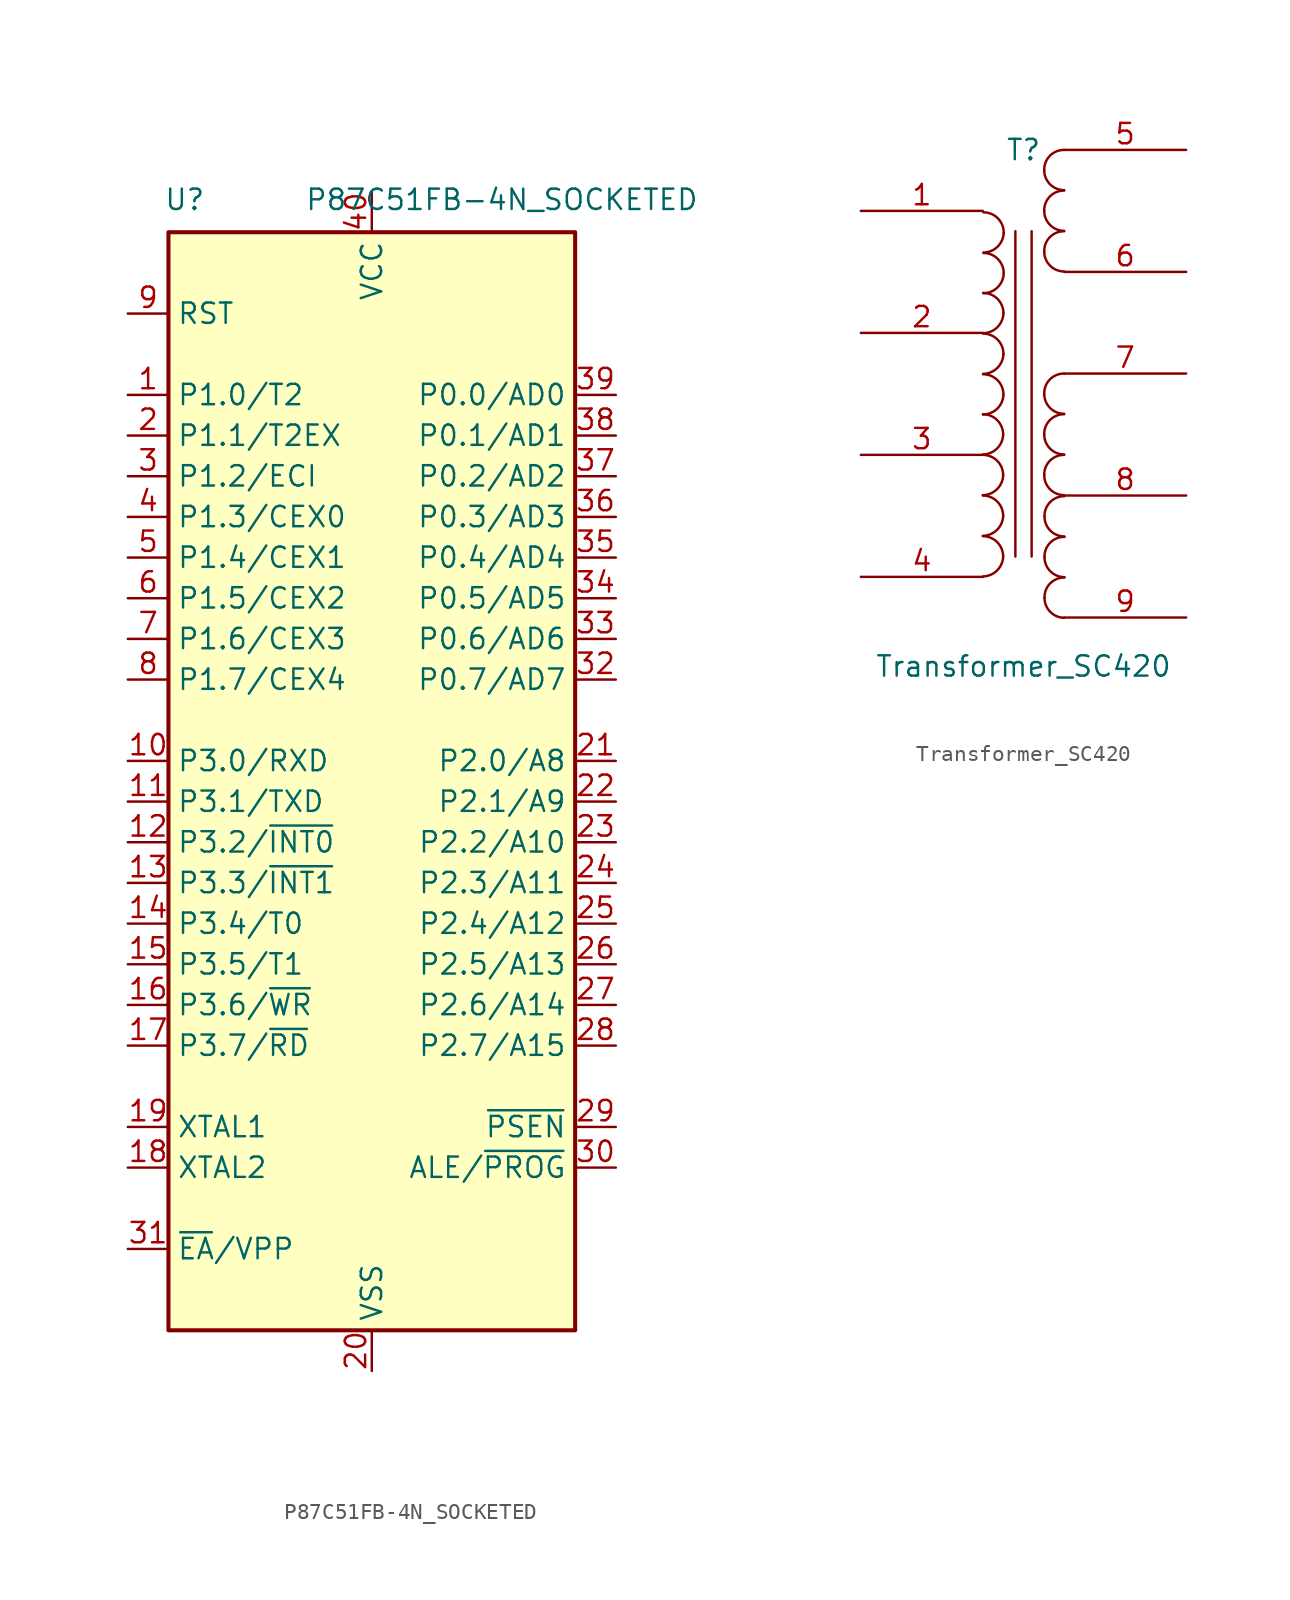
<source format=kicad_sym>
(kicad_symbol_lib
  (version 20241209)
  (generator "kicad_symbol_editor")
  (generator_version "9.0")
  (symbol "P87C51FB-4N_SOCKETED"
    (property "Reference" "U"
      (at -11.684 35.052 0)
      (effects (font (size 1.27 1.27))))
    (property "Value" "P87C51FB-4N_SOCKETED"
      (at 8.128 35.052 0)
      (effects (font (size 1.27 1.27))))
    (symbol "P87C51FB-4N_SOCKETED_1_0"
      (pin bidirectional line (at -15.24 17.78 0) (length 2.54) (name "P1.2/ECI" (effects (font (size 1.27 1.27)))) (number "3" (effects (font (size 1.27 1.27))))))
    (symbol "P87C51FB-4N_SOCKETED_1_1"
      (polyline (pts (xy -12.7 33.02) (xy 12.7 33.02) (xy 12.7 -35.56) (xy -12.7 -35.56) (xy -12.7 33.02)) (stroke (width 0.254) (type default)) (fill (type background)))
      (pin input line (at -15.24 27.94 0) (length 2.54) (name "RST" (effects (font (size 1.27 1.27)))) (number "9" (effects (font (size 1.27 1.27)))))
      (pin bidirectional line (at -15.24 22.86 0) (length 2.54) (name "P1.0/T2" (effects (font (size 1.27 1.27)))) (number "1" (effects (font (size 1.27 1.27)))))
      (pin bidirectional line (at -15.24 20.32 0) (length 2.54) (name "P1.1/T2EX" (effects (font (size 1.27 1.27)))) (number "2" (effects (font (size 1.27 1.27)))))
      (pin bidirectional line (at -15.24 15.24 0) (length 2.54) (name "P1.3/CEX0" (effects (font (size 1.27 1.27)))) (number "4" (effects (font (size 1.27 1.27)))))
      (pin bidirectional line (at -15.24 12.7 0) (length 2.54) (name "P1.4/CEX1" (effects (font (size 1.27 1.27)))) (number "5" (effects (font (size 1.27 1.27)))))
      (pin bidirectional line (at -15.24 10.16 0) (length 2.54) (name "P1.5/CEX2" (effects (font (size 1.27 1.27)))) (number "6" (effects (font (size 1.27 1.27)))) (alternate "MOSI" output line))
      (pin bidirectional line (at -15.24 7.62 0) (length 2.54) (name "P1.6/CEX3" (effects (font (size 1.27 1.27)))) (number "7" (effects (font (size 1.27 1.27)))) (alternate "MISO" input line))
      (pin bidirectional line (at -15.24 5.08 0) (length 2.54) (name "P1.7/CEX4" (effects (font (size 1.27 1.27)))) (number "8" (effects (font (size 1.27 1.27)))))
      (pin bidirectional line (at -15.24 0 0) (length 2.54) (name "P3.0/RXD" (effects (font (size 1.27 1.27)))) (number "10" (effects (font (size 1.27 1.27)))) (alternate "RXD" input line))
      (pin bidirectional line (at -15.24 -2.54 0) (length 2.54) (name "P3.1/TXD" (effects (font (size 1.27 1.27)))) (number "11" (effects (font (size 1.27 1.27)))) (alternate "TXD" output line))
      (pin bidirectional line (at -15.24 -5.08 0) (length 2.54) (name "P3.2/~{INT0}" (effects (font (size 1.27 1.27)))) (number "12" (effects (font (size 1.27 1.27)))) (alternate "~{INT0}" input line))
      (pin bidirectional line (at -15.24 -7.62 0) (length 2.54) (name "P3.3/~{INT1}" (effects (font (size 1.27 1.27)))) (number "13" (effects (font (size 1.27 1.27)))) (alternate "~{INT1}" input line))
      (pin bidirectional line (at -15.24 -10.16 0) (length 2.54) (name "P3.4/T0" (effects (font (size 1.27 1.27)))) (number "14" (effects (font (size 1.27 1.27)))) (alternate "T0" input line))
      (pin bidirectional line (at -15.24 -12.7 0) (length 2.54) (name "P3.5/T1" (effects (font (size 1.27 1.27)))) (number "15" (effects (font (size 1.27 1.27)))) (alternate "T1" input line))
      (pin bidirectional line (at -15.24 -15.24 0) (length 2.54) (name "P3.6/~{WR}" (effects (font (size 1.27 1.27)))) (number "16" (effects (font (size 1.27 1.27)))) (alternate "~{WR}" output line))
      (pin bidirectional line (at -15.24 -17.78 0) (length 2.54) (name "P3.7/~{RD}" (effects (font (size 1.27 1.27)))) (number "17" (effects (font (size 1.27 1.27)))) (alternate "~{RD}" input line))
      (pin input line (at -15.24 -22.86 0) (length 2.54) (name "XTAL1" (effects (font (size 1.27 1.27)))) (number "19" (effects (font (size 1.27 1.27)))))
      (pin output line (at -15.24 -25.4 0) (length 2.54) (name "XTAL2" (effects (font (size 1.27 1.27)))) (number "18" (effects (font (size 1.27 1.27)))))
      (pin input line (at -15.24 -30.48 0) (length 2.54) (name "~{EA}/VPP" (effects (font (size 1.27 1.27)))) (number "31" (effects (font (size 1.27 1.27)))))
      (pin power_in line (at 0 35.56 270) (length 2.54) (name "VCC" (effects (font (size 1.27 1.27)))) (number "40" (effects (font (size 1.27 1.27)))))
      (pin power_in line (at 0 -38.1 90) (length 2.54) (name "VSS" (effects (font (size 1.27 1.27)))) (number "20" (effects (font (size 1.27 1.27)))))
      (pin bidirectional line (at 15.24 22.86 180) (length 2.54) (name "P0.0/AD0" (effects (font (size 1.27 1.27)))) (number "39" (effects (font (size 1.27 1.27)))))
      (pin bidirectional line (at 15.24 20.32 180) (length 2.54) (name "P0.1/AD1" (effects (font (size 1.27 1.27)))) (number "38" (effects (font (size 1.27 1.27)))))
      (pin bidirectional line (at 15.24 17.78 180) (length 2.54) (name "P0.2/AD2" (effects (font (size 1.27 1.27)))) (number "37" (effects (font (size 1.27 1.27)))))
      (pin bidirectional line (at 15.24 15.24 180) (length 2.54) (name "P0.3/AD3" (effects (font (size 1.27 1.27)))) (number "36" (effects (font (size 1.27 1.27)))))
      (pin bidirectional line (at 15.24 12.7 180) (length 2.54) (name "P0.4/AD4" (effects (font (size 1.27 1.27)))) (number "35" (effects (font (size 1.27 1.27)))))
      (pin bidirectional line (at 15.24 10.16 180) (length 2.54) (name "P0.5/AD5" (effects (font (size 1.27 1.27)))) (number "34" (effects (font (size 1.27 1.27)))))
      (pin bidirectional line (at 15.24 7.62 180) (length 2.54) (name "P0.6/AD6" (effects (font (size 1.27 1.27)))) (number "33" (effects (font (size 1.27 1.27)))))
      (pin bidirectional line (at 15.24 5.08 180) (length 2.54) (name "P0.7/AD7" (effects (font (size 1.27 1.27)))) (number "32" (effects (font (size 1.27 1.27)))))
      (pin bidirectional line (at 15.24 0 180) (length 2.54) (name "P2.0/A8" (effects (font (size 1.27 1.27)))) (number "21" (effects (font (size 1.27 1.27)))))
      (pin bidirectional line (at 15.24 -2.54 180) (length 2.54) (name "P2.1/A9" (effects (font (size 1.27 1.27)))) (number "22" (effects (font (size 1.27 1.27)))))
      (pin bidirectional line (at 15.24 -5.08 180) (length 2.54) (name "P2.2/A10" (effects (font (size 1.27 1.27)))) (number "23" (effects (font (size 1.27 1.27)))))
      (pin bidirectional line (at 15.24 -7.62 180) (length 2.54) (name "P2.3/A11" (effects (font (size 1.27 1.27)))) (number "24" (effects (font (size 1.27 1.27)))))
      (pin bidirectional line (at 15.24 -10.16 180) (length 2.54) (name "P2.4/A12" (effects (font (size 1.27 1.27)))) (number "25" (effects (font (size 1.27 1.27)))))
      (pin bidirectional line (at 15.24 -12.7 180) (length 2.54) (name "P2.5/A13" (effects (font (size 1.27 1.27)))) (number "26" (effects (font (size 1.27 1.27)))))
      (pin bidirectional line (at 15.24 -15.24 180) (length 2.54) (name "P2.6/A14" (effects (font (size 1.27 1.27)))) (number "27" (effects (font (size 1.27 1.27)))))
      (pin bidirectional line (at 15.24 -17.78 180) (length 2.54) (name "P2.7/A15" (effects (font (size 1.27 1.27)))) (number "28" (effects (font (size 1.27 1.27)))))
      (pin output line (at 15.24 -22.86 180) (length 2.54) (name "~{PSEN}" (effects (font (size 1.27 1.27)))) (number "29" (effects (font (size 1.27 1.27)))))
      (pin output line (at 15.24 -25.4 180) (length 2.54) (name "ALE/~{PROG}" (effects (font (size 1.27 1.27)))) (number "30" (effects (font (size 1.27 1.27)))) (alternate "~{PROG}" input line))))
  (symbol "Transformer_SC420"
    (pin_names
      (offset 1.016)
      (hide yes))
    (property "Reference" "T"
      (at 0 12.7 0)
      (effects (font (size 1.27 1.27))))
    (property "Value" "Transformer_SC420"
      (at 0 -19.558 0)
      (effects (font (size 1.27 1.27))))
    (symbol "Transformer_SC420_0_1"
      (arc (start -1.27 -5.08) (mid -1.656 -5.9564) (end -2.54 -6.3246) (stroke (width 0) (type default)) (fill (type none)))
      (arc (start -1.27 -7.62) (mid -1.656 -8.4964) (end -2.54 -8.8646) (stroke (width 0) (type default)) (fill (type none)))
      (arc (start -1.27 -10.16) (mid -1.656 -11.0364) (end -2.54 -11.4046) (stroke (width 0) (type default)) (fill (type none)))
      (arc (start -1.27 -12.7) (mid -1.656 -13.5764) (end -2.54 -13.9446) (stroke (width 0) (type default)) (fill (type none)))
      (arc (start -2.54 -3.81) (mid -1.642 -4.182) (end -1.27 -5.08) (stroke (width 0) (type default)) (fill (type none)))
      (arc (start -2.54 -6.35) (mid -1.642 -6.722) (end -1.27 -7.62) (stroke (width 0) (type default)) (fill (type none)))
      (arc (start -2.54 -8.89) (mid -1.642 -9.262) (end -1.27 -10.16) (stroke (width 0) (type default)) (fill (type none)))
      (arc (start -2.54 -11.43) (mid -1.642 -11.802) (end -1.27 -12.7) (stroke (width 0) (type default)) (fill (type none)))
      (arc (start -1.2519 2.4959) (mid -1.6379 1.6195) (end -2.5219 1.2513) (stroke (width 0) (type default)) (fill (type none)))
      (arc (start -1.2519 -0.0441) (mid -1.6379 -0.9205) (end -2.5219 -1.2887) (stroke (width 0) (type default)) (fill (type none)))
      (arc (start -1.2519 -2.5841) (mid -1.6379 -3.4605) (end -2.5219 -3.8287) (stroke (width 0) (type default)) (fill (type none)))
      (arc (start -2.5219 3.7659) (mid -1.6239 3.3939) (end -1.2519 2.4959) (stroke (width 0) (type default)) (fill (type none)))
      (arc (start -2.5219 1.2259) (mid -1.6239 0.8539) (end -1.2519 -0.0441) (stroke (width 0) (type default)) (fill (type none)))
      (arc (start -2.5219 -1.3141) (mid -1.6239 -1.6861) (end -1.2519 -2.5841) (stroke (width 0) (type default)) (fill (type none)))
      (arc (start -1.2338 7.5318) (mid -1.6198 6.6554) (end -2.5038 6.2872) (stroke (width 0) (type default)) (fill (type none)))
      (arc (start -1.2338 4.9918) (mid -1.6198 4.1154) (end -2.5038 3.7472) (stroke (width 0) (type default)) (fill (type none)))
      (arc (start -2.5038 8.8018) (mid -1.6058 8.4298) (end -1.2338 7.5318) (stroke (width 0) (type default)) (fill (type none)))
      (arc (start -2.5038 6.2618) (mid -1.6058 5.8898) (end -1.2338 4.9918) (stroke (width 0) (type default)) (fill (type none)))
      (polyline (pts (xy -0.508 -12.7) (xy -0.508 7.62)) (stroke (width 0) (type default)) (fill (type none)))
      (polyline (pts (xy 0.508 7.62) (xy 0.508 -12.7)) (stroke (width 0) (type default)) (fill (type none)))
      (arc (start 1.2954 11.43) (mid 1.6457 12.3317) (end 2.54 12.7) (stroke (width 0) (type default)) (fill (type none)))
      (arc (start 1.2954 8.89) (mid 1.6457 9.7917) (end 2.54 10.16) (stroke (width 0) (type default)) (fill (type none)))
      (arc (start 1.2954 6.35) (mid 1.6457 7.2517) (end 2.54 7.62) (stroke (width 0) (type default)) (fill (type none)))
      (arc (start 1.2954 -2.54) (mid 1.6457 -1.6383) (end 2.54 -1.27) (stroke (width 0) (type default)) (fill (type none)))
      (arc (start 1.2954 -5.08) (mid 1.6457 -4.1783) (end 2.54 -3.81) (stroke (width 0) (type default)) (fill (type none)))
      (arc (start 1.2954 -7.62) (mid 1.6457 -6.7183) (end 2.54 -6.35) (stroke (width 0) (type default)) (fill (type none)))
      (arc (start 2.54 10.1854) (mid 1.6599 10.5499) (end 1.2954 11.43) (stroke (width 0) (type default)) (fill (type none)))
      (arc (start 2.54 7.6454) (mid 1.6599 8.0099) (end 1.2954 8.89) (stroke (width 0) (type default)) (fill (type none)))
      (arc (start 2.54 5.1054) (mid 1.6599 5.4699) (end 1.2954 6.35) (stroke (width 0) (type default)) (fill (type none)))
      (arc (start 2.54 -3.7846) (mid 1.6599 -3.4201) (end 1.2954 -2.54) (stroke (width 0) (type default)) (fill (type none)))
      (arc (start 2.54 -6.3246) (mid 1.6599 -5.9601) (end 1.2954 -5.08) (stroke (width 0) (type default)) (fill (type none)))
      (arc (start 2.54 -8.8646) (mid 1.6599 -8.5001) (end 1.2954 -7.62) (stroke (width 0) (type default)) (fill (type none)))
      (arc (start 1.3124 -10.202) (mid 1.6627 -9.3003) (end 2.557 -8.932) (stroke (width 0) (type default)) (fill (type none)))
      (arc (start 1.3124 -12.742) (mid 1.6627 -11.8403) (end 2.557 -11.472) (stroke (width 0) (type default)) (fill (type none)))
      (arc (start 1.3124 -15.282) (mid 1.6627 -14.3803) (end 2.557 -14.012) (stroke (width 0) (type default)) (fill (type none)))
      (arc (start 2.557 -11.4466) (mid 1.6769 -11.0821) (end 1.3124 -10.202) (stroke (width 0) (type default)) (fill (type none)))
      (arc (start 2.557 -13.9866) (mid 1.6769 -13.6221) (end 1.3124 -12.742) (stroke (width 0) (type default)) (fill (type none)))
      (arc (start 2.557 -16.5266) (mid 1.6769 -16.1621) (end 1.3124 -15.282) (stroke (width 0) (type default)) (fill (type none))))
    (symbol "Transformer_SC420_1_1"
      (pin passive line (at -10.16 8.89 0) (length 7.62) (name "AA" (effects (font (size 1.27 1.27)))) (number "1" (effects (font (size 1.27 1.27)))))
      (pin passive line (at -10.16 1.27 0) (length 7.62) (name "AB" (effects (font (size 1.27 1.27)))) (number "2" (effects (font (size 1.27 1.27)))))
      (pin passive line (at -10.16 -6.35 0) (length 7.62) (name "AC" (effects (font (size 1.27 1.27)))) (number "3" (effects (font (size 1.27 1.27)))))
      (pin passive line (at -10.16 -13.97 0) (length 7.62) (name "AD" (effects (font (size 1.27 1.27)))) (number "4" (effects (font (size 1.27 1.27)))))
      (pin passive line (at 10.16 12.7 180) (length 7.62) (name "SA" (effects (font (size 1.27 1.27)))) (number "5" (effects (font (size 1.27 1.27)))))
      (pin passive line (at 10.16 5.08 180) (length 7.62) (name "SB" (effects (font (size 1.27 1.27)))) (number "6" (effects (font (size 1.27 1.27)))))
      (pin passive line (at 10.16 -1.27 180) (length 7.62) (name "SC" (effects (font (size 1.27 1.27)))) (number "7" (effects (font (size 1.27 1.27)))))
      (pin passive line (at 10.16 -8.89 180) (length 7.62) (name "SD" (effects (font (size 1.27 1.27)))) (number "8" (effects (font (size 1.27 1.27)))))
      (pin passive line (at 10.16 -16.51 180) (length 7.62) (name "SE" (effects (font (size 1.27 1.27)))) (number "9" (effects (font (size 1.27 1.27))))))))
</source>
